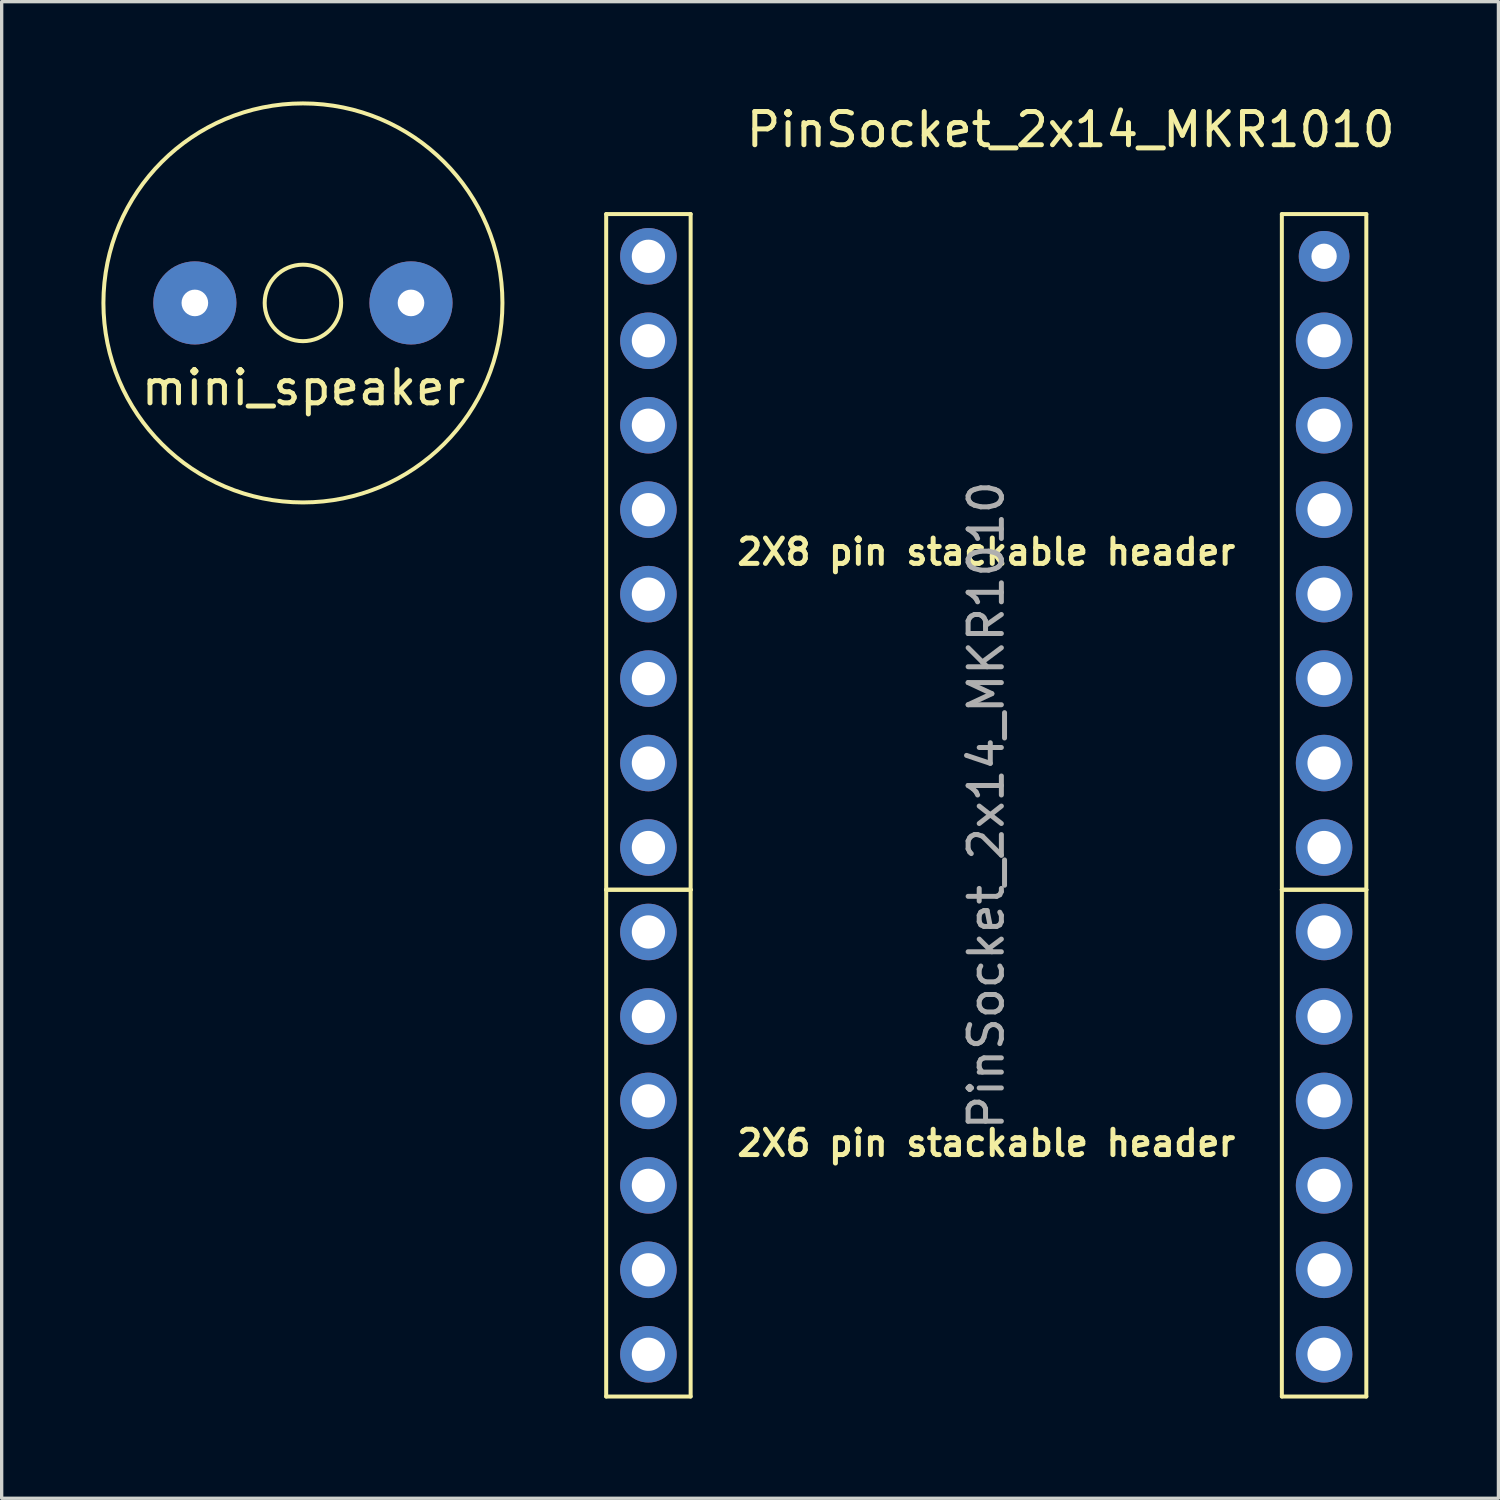
<source format=kicad_pcb>
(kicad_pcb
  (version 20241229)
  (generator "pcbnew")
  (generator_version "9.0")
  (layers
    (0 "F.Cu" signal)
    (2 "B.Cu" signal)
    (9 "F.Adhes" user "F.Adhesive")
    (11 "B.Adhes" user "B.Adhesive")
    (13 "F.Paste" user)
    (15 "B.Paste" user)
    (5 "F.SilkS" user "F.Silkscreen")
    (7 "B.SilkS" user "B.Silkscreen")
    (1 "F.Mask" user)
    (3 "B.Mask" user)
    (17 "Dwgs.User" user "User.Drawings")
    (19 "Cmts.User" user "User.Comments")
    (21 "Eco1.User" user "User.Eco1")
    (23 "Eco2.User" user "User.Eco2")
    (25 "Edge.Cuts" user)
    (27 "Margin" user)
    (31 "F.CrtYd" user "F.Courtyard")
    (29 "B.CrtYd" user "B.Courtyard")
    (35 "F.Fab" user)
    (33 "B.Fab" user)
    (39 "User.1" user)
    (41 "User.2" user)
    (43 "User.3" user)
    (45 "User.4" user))
  (footprint "mini_speaker"
    (layer "F.Cu")
    (at 6.06 6.06)
    (property "Reference" "mini_speaker" (at 0.02 2.55 0) (layer "F.SilkS") (effects (font (size 1 1) (thickness 0.15))))
    (attr through_hole)
    (fp_circle (center 0 0) (end 1.15 0) (stroke (width 0.12) (type solid)) (fill no) (layer "F.SilkS"))
    (fp_circle (center 0 0) (end 6 0) (stroke (width 0.12) (type solid)) (fill no) (layer "F.SilkS"))
    (pad "1" thru_hole circle (at -3.25 0) (size 2.5 2.5) (drill 0.8) (layers "*.Cu" "*.Mask"))
    (pad "2" thru_hole circle (at 3.25 0) (size 2.5 2.5) (drill 0.8) (layers "*.Cu" "*.Mask")))
  (footprint "PinSocket_2x14_MKR1010"
    (layer "F.Cu")
    (at 26.61 21.168)
    (property "Reference" "PinSocket_2x14_MKR1010" (at 2.54 -20.32 0) (layer "F.SilkS") (effects (font (size 1 1) (thickness 0.15))))
    (attr through_hole)
    (fp_line (start -11.43 -17.78) (end -8.89 -17.78) (stroke (width 0.12) (type solid)) (layer "F.SilkS"))
    (fp_line (start -11.43 2.54) (end -11.43 -17.78) (stroke (width 0.12) (type solid)) (layer "F.SilkS"))
    (fp_line (start -11.43 2.54) (end -8.89 2.54) (stroke (width 0.12) (type solid)) (layer "F.SilkS"))
    (fp_line (start -11.43 17.78) (end -11.43 2.54) (stroke (width 0.12) (type solid)) (layer "F.SilkS"))
    (fp_line (start -8.89 -17.78) (end -8.89 2.54) (stroke (width 0.12) (type solid)) (layer "F.SilkS"))
    (fp_line (start -8.89 2.54) (end -11.43 2.54) (stroke (width 0.12) (type solid)) (layer "F.SilkS"))
    (fp_line (start -8.89 2.54) (end -8.89 17.78) (stroke (width 0.12) (type solid)) (layer "F.SilkS"))
    (fp_line (start -8.89 17.78) (end -11.43 17.78) (stroke (width 0.12) (type solid)) (layer "F.SilkS"))
    (fp_line (start 8.89 -17.78) (end 11.43 -17.78) (stroke (width 0.12) (type solid)) (layer "F.SilkS"))
    (fp_line (start 8.89 2.54) (end 8.89 -17.78) (stroke (width 0.12) (type solid)) (layer "F.SilkS"))
    (fp_line (start 8.89 2.54) (end 11.43 2.54) (stroke (width 0.12) (type solid)) (layer "F.SilkS"))
    (fp_line (start 8.89 17.78) (end 8.89 2.54) (stroke (width 0.12) (type solid)) (layer "F.SilkS"))
    (fp_line (start 11.43 -17.78) (end 11.43 2.54) (stroke (width 0.12) (type solid)) (layer "F.SilkS"))
    (fp_line (start 11.43 2.54) (end 8.89 2.54) (stroke (width 0.12) (type solid)) (layer "F.SilkS"))
    (fp_line (start 11.43 2.54) (end 11.43 17.78) (stroke (width 0.12) (type solid)) (layer "F.SilkS"))
    (fp_line (start 11.43 17.78) (end 8.89 17.78) (stroke (width 0.12) (type solid)) (layer "F.SilkS"))
    (fp_text user "2X6 pin stackable header" (at 0 10.16 0) (layer "F.SilkS") (effects (font (size 0.762 0.762) (thickness 0.15))))
    (fp_text user "2X8 pin stackable header" (at 0 -7.62 0) (layer "F.SilkS") (effects (font (size 0.762 0.762) (thickness 0.15))))
    (fp_text user "${REFERENCE}" (at 0 0 90) (layer "F.Fab") (effects (font (size 1 1) (thickness 0.15))))
    (pad "+3V3" thru_hole oval (at 10.16 -11.43) (size 1.7 1.7) (drill 1) (layers "*.Cu" "*.Mask"))
    (pad "+5V" thru_hole circle (at 10.16 -16.51) (size 1.524 1.524) (drill 0.762) (layers "*.Cu" "*.Mask"))
    (pad "A0" thru_hole oval (at -10.16 -13.97) (size 1.7 1.7) (drill 1) (layers "*.Cu" "*.Mask"))
    (pad "A1" thru_hole oval (at -10.16 -11.43) (size 1.7 1.7) (drill 1) (layers "*.Cu" "*.Mask"))
    (pad "A2" thru_hole oval (at -10.16 -8.89) (size 1.7 1.7) (drill 1) (layers "*.Cu" "*.Mask"))
    (pad "A3" thru_hole oval (at -10.16 -6.35) (size 1.7 1.7) (drill 1) (layers "*.Cu" "*.Mask"))
    (pad "A4" thru_hole oval (at -10.16 -3.81) (size 1.7 1.7) (drill 1) (layers "*.Cu" "*.Mask"))
    (pad "A5" thru_hole oval (at -10.16 -1.27) (size 1.7 1.7) (drill 1) (layers "*.Cu" "*.Mask"))
    (pad "A6" thru_hole oval (at -10.16 1.27) (size 1.7 1.7) (drill 1) (layers "*.Cu" "*.Mask"))
    (pad "AREF" thru_hole oval (at -10.16 -16.51) (size 1.7 1.7) (drill 1) (layers "*.Cu" "*.Mask"))
    (pad "D0" thru_hole oval (at -10.16 3.81) (size 1.7 1.7) (drill 1) (layers "*.Cu" "*.Mask"))
    (pad "D1" thru_hole oval (at -10.16 6.35) (size 1.7 1.7) (drill 1) (layers "*.Cu" "*.Mask"))
    (pad "D2" thru_hole oval (at -10.16 8.89) (size 1.7 1.7) (drill 1) (layers "*.Cu" "*.Mask"))
    (pad "D3" thru_hole oval (at -10.16 11.43) (size 1.7 1.7) (drill 1) (layers "*.Cu" "*.Mask"))
    (pad "D4" thru_hole oval (at -10.16 13.97) (size 1.7 1.7) (drill 1) (layers "*.Cu" "*.Mask"))
    (pad "D5" thru_hole oval (at -10.16 16.51) (size 1.7 1.7) (drill 1) (layers "*.Cu" "*.Mask"))
    (pad "D6" thru_hole oval (at 10.16 16.51) (size 1.7 1.7) (drill 1) (layers "*.Cu" "*.Mask"))
    (pad "D7" thru_hole oval (at 10.16 13.97) (size 1.7 1.7) (drill 1) (layers "*.Cu" "*.Mask"))
    (pad "GND" thru_hole oval (at 10.16 -8.89) (size 1.7 1.7) (drill 1) (layers "*.Cu" "*.Mask"))
    (pad "MISO" thru_hole oval (at 10.16 6.35) (size 1.7 1.7) (drill 1) (layers "*.Cu" "*.Mask"))
    (pad "MOSI" thru_hole oval (at 10.16 11.43) (size 1.7 1.7) (drill 1) (layers "*.Cu" "*.Mask"))
    (pad "RESET" thru_hole oval (at 10.16 -6.35) (size 1.7 1.7) (drill 1) (layers "*.Cu" "*.Mask"))
    (pad "RX" thru_hole oval (at 10.16 -1.27) (size 1.7 1.7) (drill 1) (layers "*.Cu" "*.Mask"))
    (pad "SCK" thru_hole oval (at 10.16 8.89) (size 1.7 1.7) (drill 1) (layers "*.Cu" "*.Mask"))
    (pad "SCL" thru_hole oval (at 10.16 1.27) (size 1.7 1.7) (drill 1) (layers "*.Cu" "*.Mask"))
    (pad "SDA" thru_hole oval (at 10.16 3.81) (size 1.7 1.7) (drill 1) (layers "*.Cu" "*.Mask"))
    (pad "TX" thru_hole oval (at 10.16 -3.81) (size 1.7 1.7) (drill 1) (layers "*.Cu" "*.Mask"))
    (pad "VIN" thru_hole oval (at 10.16 -13.97) (size 1.7 1.7) (drill 1) (layers "*.Cu" "*.Mask")))
  (gr_rect
    (start -3 -3)
    (end 42.013 42.008)
    (stroke (width 0.1) (type default))
    (fill no)
    (layer "Edge.Cuts")))
</source>
